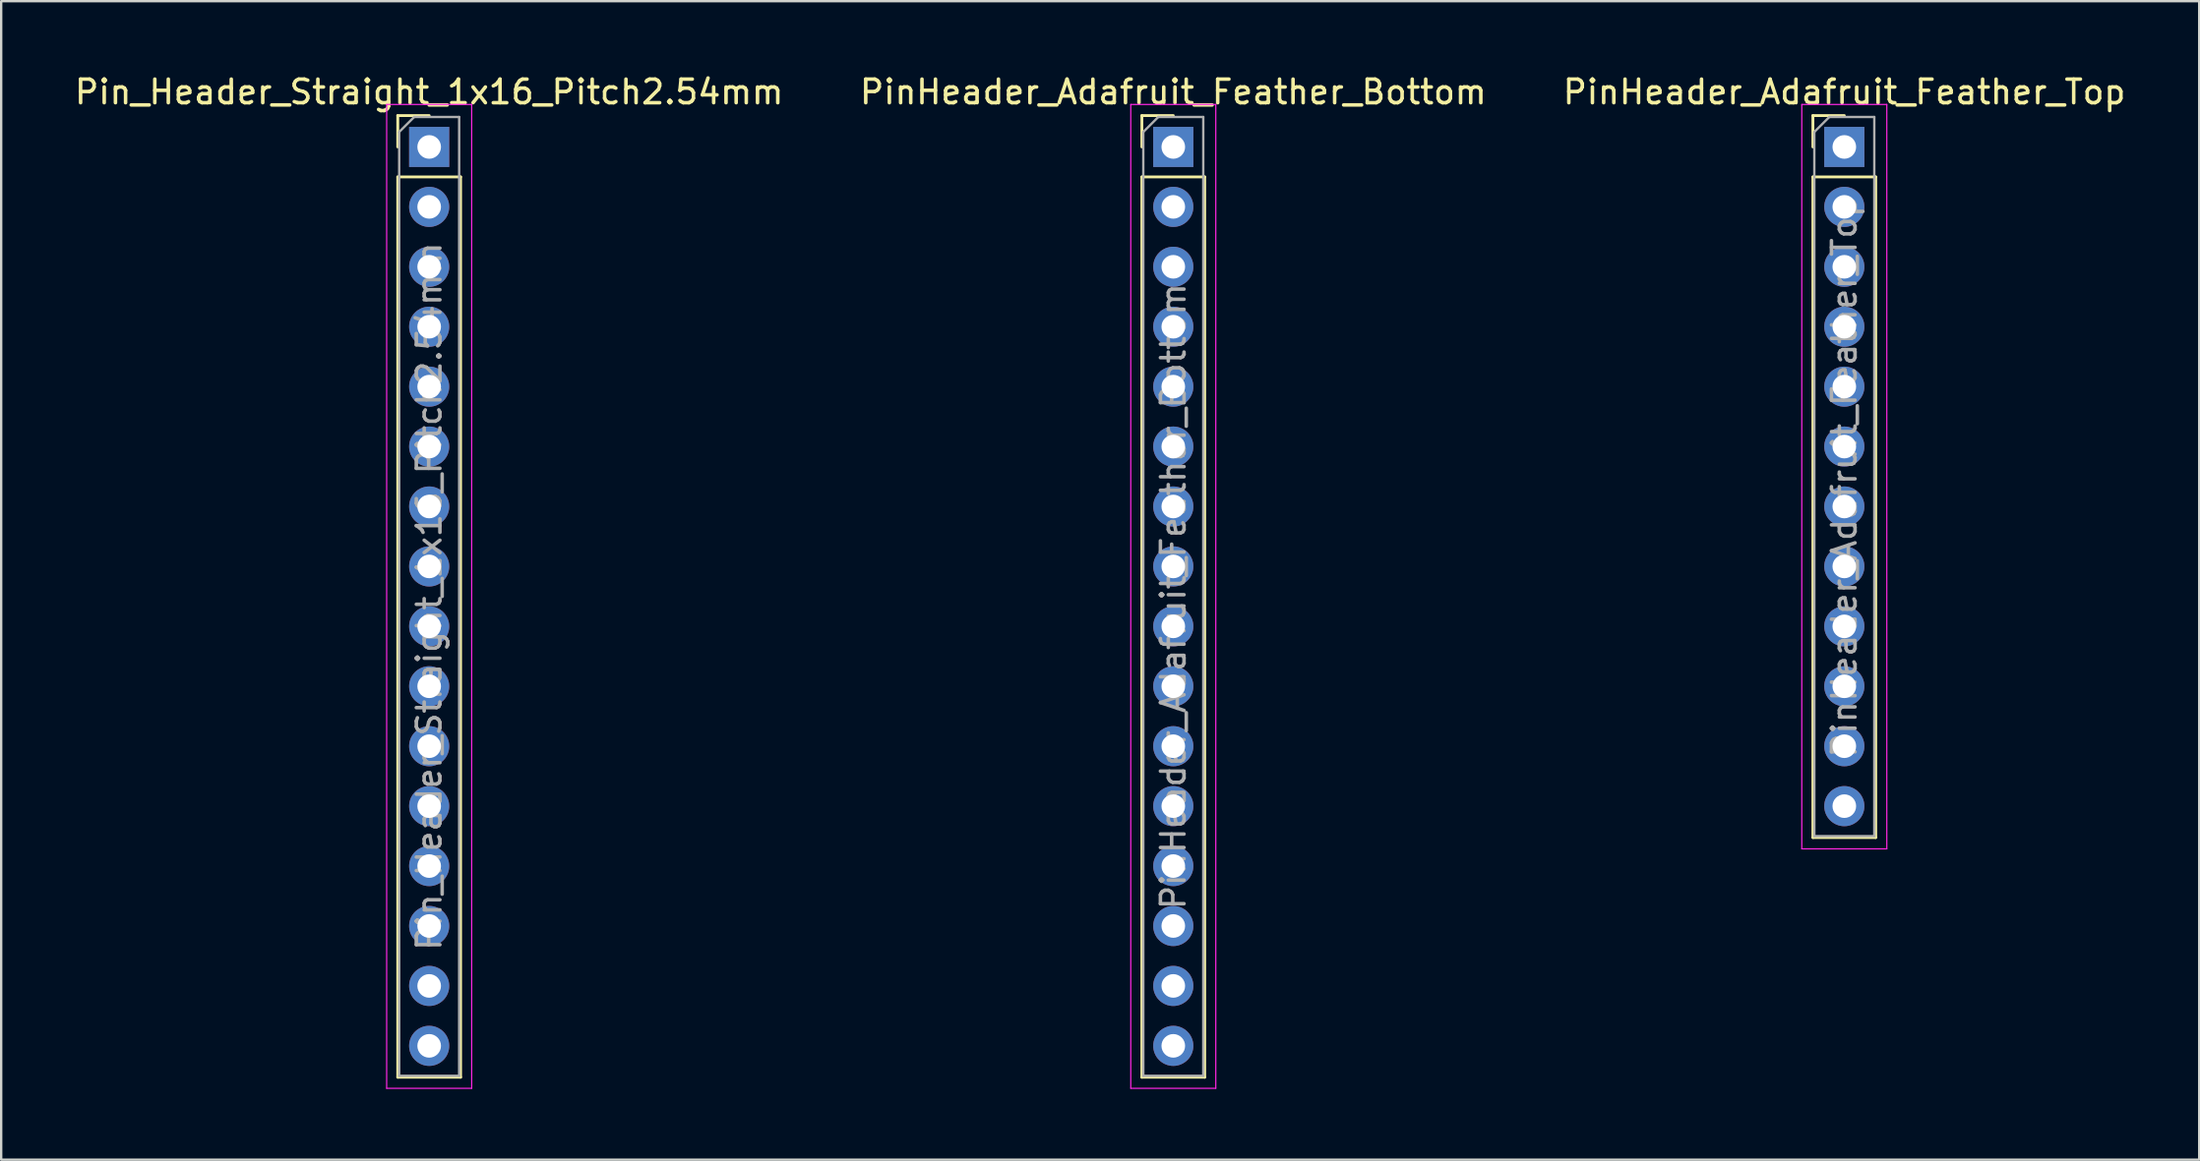
<source format=kicad_pcb>
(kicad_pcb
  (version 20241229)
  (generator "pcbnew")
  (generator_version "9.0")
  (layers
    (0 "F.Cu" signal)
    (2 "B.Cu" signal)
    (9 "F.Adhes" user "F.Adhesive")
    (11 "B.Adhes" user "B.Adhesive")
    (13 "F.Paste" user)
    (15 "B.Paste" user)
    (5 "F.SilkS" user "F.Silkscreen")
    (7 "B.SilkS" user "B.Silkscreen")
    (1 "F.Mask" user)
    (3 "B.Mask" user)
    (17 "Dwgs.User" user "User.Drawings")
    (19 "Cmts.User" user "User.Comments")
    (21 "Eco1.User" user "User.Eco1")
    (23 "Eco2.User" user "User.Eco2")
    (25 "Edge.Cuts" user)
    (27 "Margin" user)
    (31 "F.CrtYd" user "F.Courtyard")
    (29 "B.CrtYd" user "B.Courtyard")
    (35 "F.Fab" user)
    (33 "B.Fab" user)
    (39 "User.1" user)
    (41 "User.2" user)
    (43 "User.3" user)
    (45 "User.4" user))
  (footprint "PinHeader_Adafruit_Feather_Top"
    (layer "F.Cu")
    (at 75.054 3.178)
    (property "Reference" "PinHeader_Adafruit_Feather_Top" (at 0 -2.33 0) (layer "F.SilkS") (effects (font (size 1 1) (thickness 0.15))))
    (attr through_hole)
    (fp_line (start -1.33 -1.33) (end 0 -1.33) (stroke (width 0.12) (type solid)) (layer "F.SilkS"))
    (fp_line (start -1.33 0) (end -1.33 -1.33) (stroke (width 0.12) (type solid)) (layer "F.SilkS"))
    (fp_line (start -1.33 1.27) (end -1.33 29.27) (stroke (width 0.12) (type solid)) (layer "F.SilkS"))
    (fp_line (start -1.33 1.27) (end 1.33 1.27) (stroke (width 0.12) (type solid)) (layer "F.SilkS"))
    (fp_line (start -1.33 29.27) (end 1.33 29.27) (stroke (width 0.12) (type solid)) (layer "F.SilkS"))
    (fp_line (start 1.33 1.27) (end 1.33 29.27) (stroke (width 0.12) (type solid)) (layer "F.SilkS"))
    (fp_line (start -1.8 -1.8) (end -1.8 29.75) (stroke (width 0.05) (type solid)) (layer "F.CrtYd"))
    (fp_line (start -1.8 29.75) (end 1.8 29.75) (stroke (width 0.05) (type solid)) (layer "F.CrtYd"))
    (fp_line (start 1.8 -1.8) (end -1.8 -1.8) (stroke (width 0.05) (type solid)) (layer "F.CrtYd"))
    (fp_line (start 1.8 29.75) (end 1.8 -1.8) (stroke (width 0.05) (type solid)) (layer "F.CrtYd"))
    (fp_line (start -1.27 -0.635) (end -0.635 -1.27) (stroke (width 0.1) (type solid)) (layer "F.Fab"))
    (fp_line (start -1.27 29.21) (end -1.27 -0.635) (stroke (width 0.1) (type solid)) (layer "F.Fab"))
    (fp_line (start -0.635 -1.27) (end 1.27 -1.27) (stroke (width 0.1) (type solid)) (layer "F.Fab"))
    (fp_line (start 1.27 -1.27) (end 1.27 29.21) (stroke (width 0.1) (type solid)) (layer "F.Fab"))
    (fp_line (start 1.27 29.21) (end -1.27 29.21) (stroke (width 0.1) (type solid)) (layer "F.Fab"))
    (fp_text user "${REFERENCE}" (at 0 13.97 90) (layer "F.Fab") (effects (font (size 1 1) (thickness 0.15))))
    (pad "07" thru_hole oval (at 0 12.7) (size 1.7 1.7) (drill 1) (layers "*.Cu" "*.Mask"))
    (pad "11" thru_hole oval (at 0 15.24) (size 1.7 1.7) (drill 1) (layers "*.Cu" "*.Mask"))
    (pad "15" thru_hole oval (at 0 10.16) (size 1.7 1.7) (drill 1) (layers "*.Cu" "*.Mask"))
    (pad "16" thru_hole oval (at 0 7.62) (size 1.7 1.7) (drill 1) (layers "*.Cu" "*.Mask"))
    (pad "27" thru_hole oval (at 0 22.86) (size 1.7 1.7) (drill 1) (layers "*.Cu" "*.Mask"))
    (pad "30" thru_hole oval (at 0 20.32) (size 1.7 1.7) (drill 1) (layers "*.Cu" "*.Mask"))
    (pad "31*" thru_hole oval (at 0 17.78) (size 1.7 1.7) (drill 1) (layers "*.Cu" "*.Mask"))
    (pad "BAT" thru_hole rect (at 0 0) (size 1.7 1.7) (drill 1) (layers "*.Cu" "*.Mask"))
    (pad "EN" thru_hole oval (at 0 2.54) (size 1.7 1.7) (drill 1) (layers "*.Cu" "*.Mask"))
    (pad "SCL" thru_hole oval (at 0 25.4) (size 1.7 1.7) (drill 1) (layers "*.Cu" "*.Mask"))
    (pad "SDA" thru_hole oval (at 0 27.94) (size 1.7 1.7) (drill 1) (layers "*.Cu" "*.Mask"))
    (pad "USB" thru_hole oval (at 0 5.08) (size 1.7 1.7) (drill 1) (layers "*.Cu" "*.Mask")))
  (footprint "PinHeader_Adafruit_Feather_Bottom"
    (layer "F.Cu")
    (at 46.637 3.178)
    (property "Reference" "PinHeader_Adafruit_Feather_Bottom" (at 0 -2.33 0) (layer "F.SilkS") (effects (font (size 1 1) (thickness 0.15))))
    (attr through_hole)
    (fp_line (start -1.33 -1.33) (end 0 -1.33) (stroke (width 0.12) (type solid)) (layer "F.SilkS"))
    (fp_line (start -1.33 0) (end -1.33 -1.33) (stroke (width 0.12) (type solid)) (layer "F.SilkS"))
    (fp_line (start -1.33 1.27) (end -1.33 39.43) (stroke (width 0.12) (type solid)) (layer "F.SilkS"))
    (fp_line (start -1.33 1.27) (end 1.33 1.27) (stroke (width 0.12) (type solid)) (layer "F.SilkS"))
    (fp_line (start -1.33 39.43) (end 1.33 39.43) (stroke (width 0.12) (type solid)) (layer "F.SilkS"))
    (fp_line (start 1.33 1.27) (end 1.33 39.43) (stroke (width 0.12) (type solid)) (layer "F.SilkS"))
    (fp_line (start -1.8 -1.8) (end -1.8 39.9) (stroke (width 0.05) (type solid)) (layer "F.CrtYd"))
    (fp_line (start -1.8 39.9) (end 1.8 39.9) (stroke (width 0.05) (type solid)) (layer "F.CrtYd"))
    (fp_line (start 1.8 -1.8) (end -1.8 -1.8) (stroke (width 0.05) (type solid)) (layer "F.CrtYd"))
    (fp_line (start 1.8 39.9) (end 1.8 -1.8) (stroke (width 0.05) (type solid)) (layer "F.CrtYd"))
    (fp_line (start -1.27 -0.635) (end -0.635 -1.27) (stroke (width 0.1) (type solid)) (layer "F.Fab"))
    (fp_line (start -1.27 39.37) (end -1.27 -0.635) (stroke (width 0.1) (type solid)) (layer "F.Fab"))
    (fp_line (start -0.635 -1.27) (end 1.27 -1.27) (stroke (width 0.1) (type solid)) (layer "F.Fab"))
    (fp_line (start 1.27 -1.27) (end 1.27 39.37) (stroke (width 0.1) (type solid)) (layer "F.Fab"))
    (fp_line (start 1.27 39.37) (end -1.27 39.37) (stroke (width 0.1) (type solid)) (layer "F.Fab"))
    (fp_text user "${REFERENCE}" (at 0 19.05 90) (layer "F.Fab") (effects (font (size 1 1) (thickness 0.15))))
    (pad "3V3" thru_hole oval (at 0 2.54) (size 1.7 1.7) (drill 1) (layers "*.Cu" "*.Mask"))
    (pad "A0" thru_hole oval (at 0 10.16) (size 1.7 1.7) (drill 1) (layers "*.Cu" "*.Mask"))
    (pad "A1" thru_hole oval (at 0 12.7) (size 1.7 1.7) (drill 1) (layers "*.Cu" "*.Mask"))
    (pad "A2" thru_hole oval (at 0 15.24) (size 1.7 1.7) (drill 1) (layers "*.Cu" "*.Mask"))
    (pad "A3" thru_hole oval (at 0 17.78) (size 1.7 1.7) (drill 1) (layers "*.Cu" "*.Mask"))
    (pad "A4" thru_hole oval (at 0 20.32) (size 1.7 1.7) (drill 1) (layers "*.Cu" "*.Mask"))
    (pad "A5" thru_hole oval (at 0 22.86) (size 1.7 1.7) (drill 1) (layers "*.Cu" "*.Mask"))
    (pad "AREF" thru_hole oval (at 0 5.08) (size 1.7 1.7) (drill 1) (layers "*.Cu" "*.Mask"))
    (pad "FREE" thru_hole oval (at 0 38.1) (size 1.7 1.7) (drill 1) (layers "*.Cu" "*.Mask"))
    (pad "GND" thru_hole oval (at 0 7.62) (size 1.7 1.7) (drill 1) (layers "*.Cu" "*.Mask"))
    (pad "MISO" thru_hole oval (at 0 30.48) (size 1.7 1.7) (drill 1) (layers "*.Cu" "*.Mask"))
    (pad "MOSI" thru_hole oval (at 0 27.94) (size 1.7 1.7) (drill 1) (layers "*.Cu" "*.Mask"))
    (pad "RST" thru_hole rect (at 0 0) (size 1.7 1.7) (drill 1) (layers "*.Cu" "*.Mask"))
    (pad "RXD1" thru_hole oval (at 0 33.02) (size 1.7 1.7) (drill 1) (layers "*.Cu" "*.Mask"))
    (pad "SCLK" thru_hole oval (at 0 25.4) (size 1.7 1.7) (drill 1) (layers "*.Cu" "*.Mask"))
    (pad "TXD1" thru_hole oval (at 0 35.56) (size 1.7 1.7) (drill 1) (layers "*.Cu" "*.Mask")))
  (footprint "Pin_Header_Straight_1x16_Pitch2.54mm"
    (layer "F.Cu")
    (at 15.125 3.178)
    (property "Reference" "Pin_Header_Straight_1x16_Pitch2.54mm" (at 0 -2.33 0) (layer "F.SilkS") (effects (font (size 1 1) (thickness 0.15))))
    (attr through_hole)
    (fp_line (start -1.33 -1.33) (end 0 -1.33) (stroke (width 0.12) (type solid)) (layer "F.SilkS"))
    (fp_line (start -1.33 0) (end -1.33 -1.33) (stroke (width 0.12) (type solid)) (layer "F.SilkS"))
    (fp_line (start -1.33 1.27) (end -1.33 39.43) (stroke (width 0.12) (type solid)) (layer "F.SilkS"))
    (fp_line (start -1.33 1.27) (end 1.33 1.27) (stroke (width 0.12) (type solid)) (layer "F.SilkS"))
    (fp_line (start -1.33 39.43) (end 1.33 39.43) (stroke (width 0.12) (type solid)) (layer "F.SilkS"))
    (fp_line (start 1.33 1.27) (end 1.33 39.43) (stroke (width 0.12) (type solid)) (layer "F.SilkS"))
    (fp_line (start -1.8 -1.8) (end -1.8 39.9) (stroke (width 0.05) (type solid)) (layer "F.CrtYd"))
    (fp_line (start -1.8 39.9) (end 1.8 39.9) (stroke (width 0.05) (type solid)) (layer "F.CrtYd"))
    (fp_line (start 1.8 -1.8) (end -1.8 -1.8) (stroke (width 0.05) (type solid)) (layer "F.CrtYd"))
    (fp_line (start 1.8 39.9) (end 1.8 -1.8) (stroke (width 0.05) (type solid)) (layer "F.CrtYd"))
    (fp_line (start -1.27 -0.635) (end -0.635 -1.27) (stroke (width 0.1) (type solid)) (layer "F.Fab"))
    (fp_line (start -1.27 39.37) (end -1.27 -0.635) (stroke (width 0.1) (type solid)) (layer "F.Fab"))
    (fp_line (start -0.635 -1.27) (end 1.27 -1.27) (stroke (width 0.1) (type solid)) (layer "F.Fab"))
    (fp_line (start 1.27 -1.27) (end 1.27 39.37) (stroke (width 0.1) (type solid)) (layer "F.Fab"))
    (fp_line (start 1.27 39.37) (end -1.27 39.37) (stroke (width 0.1) (type solid)) (layer "F.Fab"))
    (fp_text user "${REFERENCE}" (at 0 19.05 90) (layer "F.Fab") (effects (font (size 1 1) (thickness 0.15))))
    (pad "3V3" thru_hole oval (at 0 2.54) (size 1.7 1.7) (drill 1) (layers "*.Cu" "*.Mask"))
    (pad "A0" thru_hole oval (at 0 10.16) (size 1.7 1.7) (drill 1) (layers "*.Cu" "*.Mask"))
    (pad "A1" thru_hole oval (at 0 12.7) (size 1.7 1.7) (drill 1) (layers "*.Cu" "*.Mask"))
    (pad "A2" thru_hole oval (at 0 15.24) (size 1.7 1.7) (drill 1) (layers "*.Cu" "*.Mask"))
    (pad "A3" thru_hole oval (at 0 17.78) (size 1.7 1.7) (drill 1) (layers "*.Cu" "*.Mask"))
    (pad "A4" thru_hole oval (at 0 20.32) (size 1.7 1.7) (drill 1) (layers "*.Cu" "*.Mask"))
    (pad "A5" thru_hole oval (at 0 22.86) (size 1.7 1.7) (drill 1) (layers "*.Cu" "*.Mask"))
    (pad "AREF" thru_hole oval (at 0 5.08) (size 1.7 1.7) (drill 1) (layers "*.Cu" "*.Mask"))
    (pad "FREE" thru_hole oval (at 0 38.1) (size 1.7 1.7) (drill 1) (layers "*.Cu" "*.Mask"))
    (pad "GND" thru_hole oval (at 0 7.62) (size 1.7 1.7) (drill 1) (layers "*.Cu" "*.Mask"))
    (pad "MISO" thru_hole oval (at 0 30.48) (size 1.7 1.7) (drill 1) (layers "*.Cu" "*.Mask"))
    (pad "MOSI" thru_hole oval (at 0 27.94) (size 1.7 1.7) (drill 1) (layers "*.Cu" "*.Mask"))
    (pad "RST" thru_hole rect (at 0 0) (size 1.7 1.7) (drill 1) (layers "*.Cu" "*.Mask"))
    (pad "RXD1" thru_hole oval (at 0 33.02) (size 1.7 1.7) (drill 1) (layers "*.Cu" "*.Mask"))
    (pad "SCLK" thru_hole oval (at 0 25.4) (size 1.7 1.7) (drill 1) (layers "*.Cu" "*.Mask"))
    (pad "TXD1" thru_hole oval (at 0 35.56) (size 1.7 1.7) (drill 1) (layers "*.Cu" "*.Mask")))
  (gr_rect
    (start -3 -3)
    (end 90.083 46.103)
    (stroke (width 0.1) (type default))
    (fill no)
    (layer "Edge.Cuts")))
</source>
